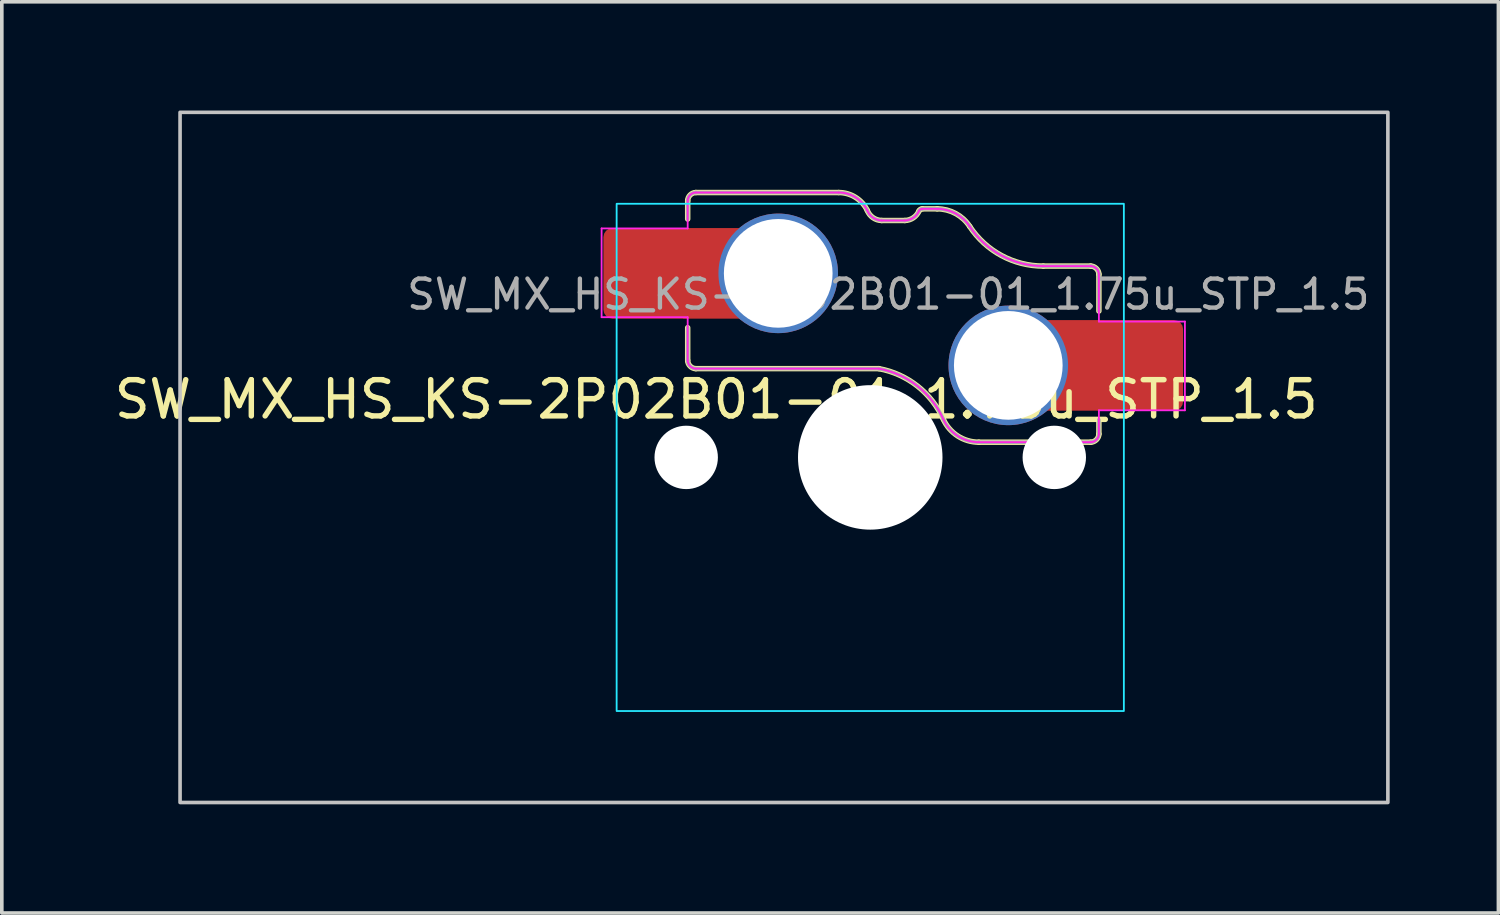
<source format=kicad_pcb>
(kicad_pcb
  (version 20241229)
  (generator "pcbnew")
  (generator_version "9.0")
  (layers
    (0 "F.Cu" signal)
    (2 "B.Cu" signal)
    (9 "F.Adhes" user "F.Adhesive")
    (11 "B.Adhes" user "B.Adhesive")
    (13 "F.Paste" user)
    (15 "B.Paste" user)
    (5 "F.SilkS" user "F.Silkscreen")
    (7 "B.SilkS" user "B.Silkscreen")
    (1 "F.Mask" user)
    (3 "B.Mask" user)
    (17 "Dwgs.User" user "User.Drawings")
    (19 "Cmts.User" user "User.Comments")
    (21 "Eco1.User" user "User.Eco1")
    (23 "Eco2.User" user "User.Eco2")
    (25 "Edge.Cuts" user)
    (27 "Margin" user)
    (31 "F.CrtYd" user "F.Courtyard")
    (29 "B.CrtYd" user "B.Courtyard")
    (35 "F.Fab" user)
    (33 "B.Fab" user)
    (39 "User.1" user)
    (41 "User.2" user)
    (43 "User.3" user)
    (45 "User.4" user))
  (footprint "SW_MX_HS_KS-2P02B01-01_1.75u_STP_1.5"
    (layer "F.Cu")
    (at 20.97 9.575)
    (property "Reference" "SW_MX_HS_KS-2P02B01-01_1.75u_STP_1.5" (at -4.25 -1.6 0) (layer "F.SilkS") (effects (font (size 1 1) (thickness 0.15))))
    (attr smd)
    (fp_line (start -5.039 -7.086) (end -5.039 -6.58) (stroke (width 0.15) (type solid)) (layer "F.SilkS"))
    (fp_line (start -5.039 -2.675) (end -5.039 -3.58) (stroke (width 0.15) (type solid)) (layer "F.SilkS"))
    (fp_line (start -4.814 -2.45) (end 0.239 -2.45) (stroke (width 0.15) (type solid)) (layer "F.SilkS"))
    (fp_line (start -0.871 -7.311) (end -4.814 -7.311) (stroke (width 0.15) (type solid)) (layer "F.SilkS"))
    (fp_line (start 0.954 -6.539) (end 0.316 -6.539) (stroke (width 0.15) (type solid)) (layer "F.SilkS"))
    (fp_line (start 1.437 -6.861) (end 1.846 -6.861) (stroke (width 0.15) (type solid)) (layer "F.SilkS"))
    (fp_line (start 2.997 -0.42) (end 6.086 -0.42) (stroke (width 0.15) (type solid)) (layer "F.SilkS"))
    (fp_line (start 6.086 -5.281) (end 4.775 -5.281) (stroke (width 0.15) (type solid)) (layer "F.SilkS"))
    (fp_line (start 6.311 -5.056) (end 6.311 -4.04) (stroke (width 0.15) (type solid)) (layer "F.SilkS"))
    (fp_line (start 6.311 -0.645) (end 6.311 -1.04) (stroke (width 0.15) (type solid)) (layer "F.SilkS"))
    (fp_arc (start -0.870659 -7.311006) (mid -0.404802 -7.177082) (end -0.081188 -6.816204) (stroke (width 0.15) (type solid)) (layer "F.SilkS"))
    (fp_arc (start 0.239066 -2.449741) (mid 1.301345 -1.970299) (end 2.018091 -1.051291) (stroke (width 0.15) (type solid)) (layer "F.SilkS"))
    (fp_arc (start 0.316284 -6.539103) (mid 0.075462 -6.617285) (end -0.081188 -6.816204) (stroke (width 0.15) (type solid)) (layer "F.SilkS"))
    (fp_arc (start 1.344869 -6.800882) (mid 1.1877 -6.612605) (end 0.953718 -6.539103) (stroke (width 0.15) (type solid)) (layer "F.SilkS"))
    (fp_arc (start 1.344869 -6.800882) (mid 1.381745 -6.844643) (end 1.436576 -6.861005) (stroke (width 0.15) (type solid)) (layer "F.SilkS"))
    (fp_arc (start 1.845965 -6.860996) (mid 2.356288 -6.732106) (end 2.744226 -6.376372) (stroke (width 0.15) (type solid)) (layer "F.SilkS"))
    (fp_arc (start 2.997274 -0.419747) (mid 2.414853 -0.591219) (end 2.018265 -1.05093) (stroke (width 0.15) (type solid)) (layer "F.SilkS"))
    (fp_arc (start 4.774564 -5.281006) (mid 3.62108 -5.572312) (end 2.744226 -6.376372) (stroke (width 0.15) (type solid)) (layer "F.SilkS"))
    (fp_curve (pts (xy -5.039 -2.675) (xy -5.039 -2.557) (xy -4.932 -2.45) (xy -4.814 -2.45)) (stroke (width 0.15) (type solid)) (layer "F.SilkS"))
    (fp_curve (pts (xy -4.814 -7.311) (xy -4.932 -7.311) (xy -5.039 -7.204) (xy -5.039 -7.086)) (stroke (width 0.15) (type solid)) (layer "F.SilkS"))
    (fp_curve (pts (xy 6.086 -0.42) (xy 6.203 -0.42) (xy 6.311 -0.527) (xy 6.311 -0.645)) (stroke (width 0.15) (type solid)) (layer "F.SilkS"))
    (fp_curve (pts (xy 6.311 -5.056) (xy 6.311 -5.174) (xy 6.203 -5.281) (xy 6.086 -5.281)) (stroke (width 0.15) (type solid)) (layer "F.SilkS"))
    (fp_rect (start -19.05 -9.525) (end 14.287 9.525) (stroke (width 0.1) (type default)) (fill no) (layer "Dwgs.User"))
    (fp_line (start -7 -6.5) (end -7 6.5) (stroke (width 0.05) (type solid)) (layer "Eco2.User"))
    (fp_line (start -6.5 7) (end 6.5 7) (stroke (width 0.05) (type solid)) (layer "Eco2.User"))
    (fp_line (start 6.5 -7) (end -6.5 -7) (stroke (width 0.05) (type solid)) (layer "Eco2.User"))
    (fp_line (start 7 6.5) (end 7 -6.5) (stroke (width 0.05) (type solid)) (layer "Eco2.User"))
    (fp_arc (start -7 -6.5) (mid -6.853553 -6.853553) (end -6.5 -7) (stroke (width 0.05) (type solid)) (layer "Eco2.User"))
    (fp_arc (start -6.497236 6.998884) (mid -6.850789 6.852437) (end -6.997236 6.498884) (stroke (width 0.05) (type solid)) (layer "Eco2.User"))
    (fp_arc (start 6.5 -7) (mid 6.853553 -6.853553) (end 7 -6.5) (stroke (width 0.05) (type solid)) (layer "Eco2.User"))
    (fp_arc (start 7 6.5) (mid 6.853553 6.853553) (end 6.5 7) (stroke (width 0.05) (type solid)) (layer "Eco2.User"))
    (fp_rect (start -7 -7) (end 7 7) (stroke (width 0.05) (type default)) (fill no) (layer "B.CrtYd"))
    (fp_line (start -7.415 -6.32) (end -5.039 -6.32) (stroke (width 0.05) (type solid)) (layer "F.CrtYd"))
    (fp_line (start -7.415 -3.87) (end -7.415 -6.32) (stroke (width 0.05) (type solid)) (layer "F.CrtYd"))
    (fp_line (start -5.039 -7.086) (end -5.039 -6.32) (stroke (width 0.05) (type solid)) (layer "F.CrtYd"))
    (fp_line (start -5.039 -3.87) (end -7.415 -3.87) (stroke (width 0.05) (type solid)) (layer "F.CrtYd"))
    (fp_line (start -5.039 -2.675) (end -5.039 -3.87) (stroke (width 0.05) (type solid)) (layer "F.CrtYd"))
    (fp_line (start -4.814 -2.45) (end 0.239 -2.45) (stroke (width 0.05) (type solid)) (layer "F.CrtYd"))
    (fp_line (start -0.871 -7.311) (end -4.814 -7.311) (stroke (width 0.05) (type solid)) (layer "F.CrtYd"))
    (fp_line (start 0.954 -6.539) (end 0.316 -6.539) (stroke (width 0.05) (type solid)) (layer "F.CrtYd"))
    (fp_line (start 1.437 -6.861) (end 1.846 -6.861) (stroke (width 0.05) (type solid)) (layer "F.CrtYd"))
    (fp_line (start 2.997 -0.42) (end 6.086 -0.42) (stroke (width 0.05) (type solid)) (layer "F.CrtYd"))
    (fp_line (start 6.086 -5.281) (end 4.775 -5.281) (stroke (width 0.05) (type solid)) (layer "F.CrtYd"))
    (fp_line (start 6.311 -5.056) (end 6.311 -3.75) (stroke (width 0.05) (type solid)) (layer "F.CrtYd"))
    (fp_line (start 6.311 -3.75) (end 8.685 -3.75) (stroke (width 0.05) (type solid)) (layer "F.CrtYd"))
    (fp_line (start 6.311 -0.645) (end 6.311 -1.3) (stroke (width 0.05) (type solid)) (layer "F.CrtYd"))
    (fp_line (start 8.685 -3.75) (end 8.685 -1.3) (stroke (width 0.05) (type solid)) (layer "F.CrtYd"))
    (fp_line (start 8.685 -1.3) (end 6.311 -1.3) (stroke (width 0.05) (type solid)) (layer "F.CrtYd"))
    (fp_arc (start -0.870659 -7.311006) (mid -0.404802 -7.177082) (end -0.081188 -6.816204) (stroke (width 0.05) (type solid)) (layer "F.CrtYd"))
    (fp_arc (start 0.239066 -2.449741) (mid 1.301345 -1.970299) (end 2.018091 -1.051291) (stroke (width 0.05) (type solid)) (layer "F.CrtYd"))
    (fp_arc (start 0.316284 -6.539103) (mid 0.075462 -6.617285) (end -0.081188 -6.816204) (stroke (width 0.05) (type solid)) (layer "F.CrtYd"))
    (fp_arc (start 1.344869 -6.800882) (mid 1.1877 -6.612605) (end 0.953718 -6.539103) (stroke (width 0.05) (type solid)) (layer "F.CrtYd"))
    (fp_arc (start 1.344869 -6.800882) (mid 1.381745 -6.844643) (end 1.436576 -6.861005) (stroke (width 0.05) (type solid)) (layer "F.CrtYd"))
    (fp_arc (start 1.845965 -6.860996) (mid 2.356288 -6.732106) (end 2.744226 -6.376372) (stroke (width 0.05) (type solid)) (layer "F.CrtYd"))
    (fp_arc (start 2.997274 -0.419747) (mid 2.414853 -0.591219) (end 2.018265 -1.05093) (stroke (width 0.05) (type solid)) (layer "F.CrtYd"))
    (fp_arc (start 4.774564 -5.281006) (mid 3.62108 -5.572312) (end 2.744226 -6.376372) (stroke (width 0.05) (type solid)) (layer "F.CrtYd"))
    (fp_curve (pts (xy -5.039 -2.675) (xy -5.039 -2.557) (xy -4.932 -2.45) (xy -4.814 -2.45)) (stroke (width 0.05) (type solid)) (layer "F.CrtYd"))
    (fp_curve (pts (xy -4.814 -7.311) (xy -4.932 -7.311) (xy -5.039 -7.204) (xy -5.039 -7.086)) (stroke (width 0.05) (type solid)) (layer "F.CrtYd"))
    (fp_curve (pts (xy 6.086 -0.42) (xy 6.203 -0.42) (xy 6.311 -0.527) (xy 6.311 -0.645)) (stroke (width 0.05) (type solid)) (layer "F.CrtYd"))
    (fp_curve (pts (xy 6.311 -5.056) (xy 6.311 -5.174) (xy 6.203 -5.281) (xy 6.086 -5.281)) (stroke (width 0.05) (type solid)) (layer "F.CrtYd"))
    (fp_line (start -5.039 -7.086) (end -5.039 -6.58) (stroke (width 0.1) (type solid)) (layer "F.Fab"))
    (fp_line (start -5.039 -2.675) (end -5.039 -3.58) (stroke (width 0.1) (type solid)) (layer "F.Fab"))
    (fp_line (start -4.814 -2.45) (end 0.239 -2.45) (stroke (width 0.1) (type solid)) (layer "F.Fab"))
    (fp_line (start -0.871 -7.311) (end -4.814 -7.311) (stroke (width 0.1) (type solid)) (layer "F.Fab"))
    (fp_line (start 0.954 -6.539) (end 0.316 -6.539) (stroke (width 0.1) (type solid)) (layer "F.Fab"))
    (fp_line (start 1.437 -6.861) (end 1.846 -6.861) (stroke (width 0.1) (type solid)) (layer "F.Fab"))
    (fp_line (start 2.997 -0.42) (end 6.086 -0.42) (stroke (width 0.1) (type solid)) (layer "F.Fab"))
    (fp_line (start 6.086 -5.281) (end 4.775 -5.281) (stroke (width 0.1) (type solid)) (layer "F.Fab"))
    (fp_line (start 6.311 -5.056) (end 6.311 -4.04) (stroke (width 0.1) (type solid)) (layer "F.Fab"))
    (fp_line (start 6.311 -0.645) (end 6.311 -1.04) (stroke (width 0.1) (type solid)) (layer "F.Fab"))
    (fp_arc (start -0.870659 -7.311006) (mid -0.404802 -7.177082) (end -0.081188 -6.816204) (stroke (width 0.1) (type solid)) (layer "F.Fab"))
    (fp_arc (start 0.239066 -2.449741) (mid 1.301345 -1.970299) (end 2.018091 -1.051291) (stroke (width 0.1) (type solid)) (layer "F.Fab"))
    (fp_arc (start 0.316284 -6.539103) (mid 0.075462 -6.617285) (end -0.081188 -6.816204) (stroke (width 0.1) (type solid)) (layer "F.Fab"))
    (fp_arc (start 1.344869 -6.800882) (mid 1.1877 -6.612605) (end 0.953718 -6.539103) (stroke (width 0.1) (type solid)) (layer "F.Fab"))
    (fp_arc (start 1.344869 -6.800882) (mid 1.381745 -6.844643) (end 1.436576 -6.861005) (stroke (width 0.1) (type solid)) (layer "F.Fab"))
    (fp_arc (start 1.845965 -6.860996) (mid 2.356288 -6.732106) (end 2.744226 -6.376372) (stroke (width 0.1) (type solid)) (layer "F.Fab"))
    (fp_arc (start 2.997274 -0.419747) (mid 2.414853 -0.591219) (end 2.018265 -1.05093) (stroke (width 0.1) (type solid)) (layer "F.Fab"))
    (fp_arc (start 4.774564 -5.281006) (mid 3.62108 -5.572312) (end 2.744226 -6.376372) (stroke (width 0.1) (type solid)) (layer "F.Fab"))
    (fp_curve (pts (xy -5.039 -2.675) (xy -5.039 -2.557) (xy -4.932 -2.45) (xy -4.814 -2.45)) (stroke (width 0.1) (type solid)) (layer "F.Fab"))
    (fp_curve (pts (xy -4.814 -7.311) (xy -4.932 -7.311) (xy -5.039 -7.204) (xy -5.039 -7.086)) (stroke (width 0.1) (type solid)) (layer "F.Fab"))
    (fp_curve (pts (xy 6.086 -0.42) (xy 6.203 -0.42) (xy 6.311 -0.527) (xy 6.311 -0.645)) (stroke (width 0.1) (type solid)) (layer "F.Fab"))
    (fp_curve (pts (xy 6.311 -5.056) (xy 6.311 -5.174) (xy 6.203 -5.281) (xy 6.086 -5.281)) (stroke (width 0.1) (type solid)) (layer "F.Fab"))
    (fp_text user "${REFERENCE}" (at 0.5 -4.5 0) (layer "F.Fab") (effects (font (size 0.8 0.8) (thickness 0.12))))
    (pad "" np_thru_hole circle (at -5.08 0) (size 1.75 1.75) (drill 1.75) (layers "*.Cu" "*.Mask"))
    (pad "" np_thru_hole circle (at 0 0) (size 3.988 3.988) (drill 3.988) (layers "*.Cu" "*.Mask"))
    (pad "" np_thru_hole circle (at 5.08 0) (size 1.75 1.75) (drill 1.75) (layers "*.Cu" "*.Mask"))
    (pad "1" thru_hole circle (at 3.81 -2.54) (size 3.3 3.3) (drill 3) (layers "*.Cu" "*.Mask"))
    (pad "1" smd rect (at 5.635 -2.54 180) (size 1.65 2.5) (layers "F.Cu"))
    (pad "1" smd roundrect (at 7.36 -2.54) (size 2.55 2.5) (layers "F.Cu" "F.Mask" "F.Paste") (roundrect_rratio 0.1))
    (pad "2" smd roundrect (at -6.09 -5.08) (size 2.55 2.5) (layers "F.Cu" "F.Mask" "F.Paste") (roundrect_rratio 0.1))
    (pad "2" smd rect (at -4.34 -5.08) (size 1.65 2.5) (layers "F.Cu"))
    (pad "2" thru_hole circle (at -2.54 -5.08) (size 3.3 3.3) (drill 3) (layers "*.Cu" "*.Mask")))
  (gr_rect
    (start -3 -3)
    (end 38.308 22.15)
    (stroke (width 0.1) (type default))
    (fill no)
    (layer "Edge.Cuts")))
</source>
